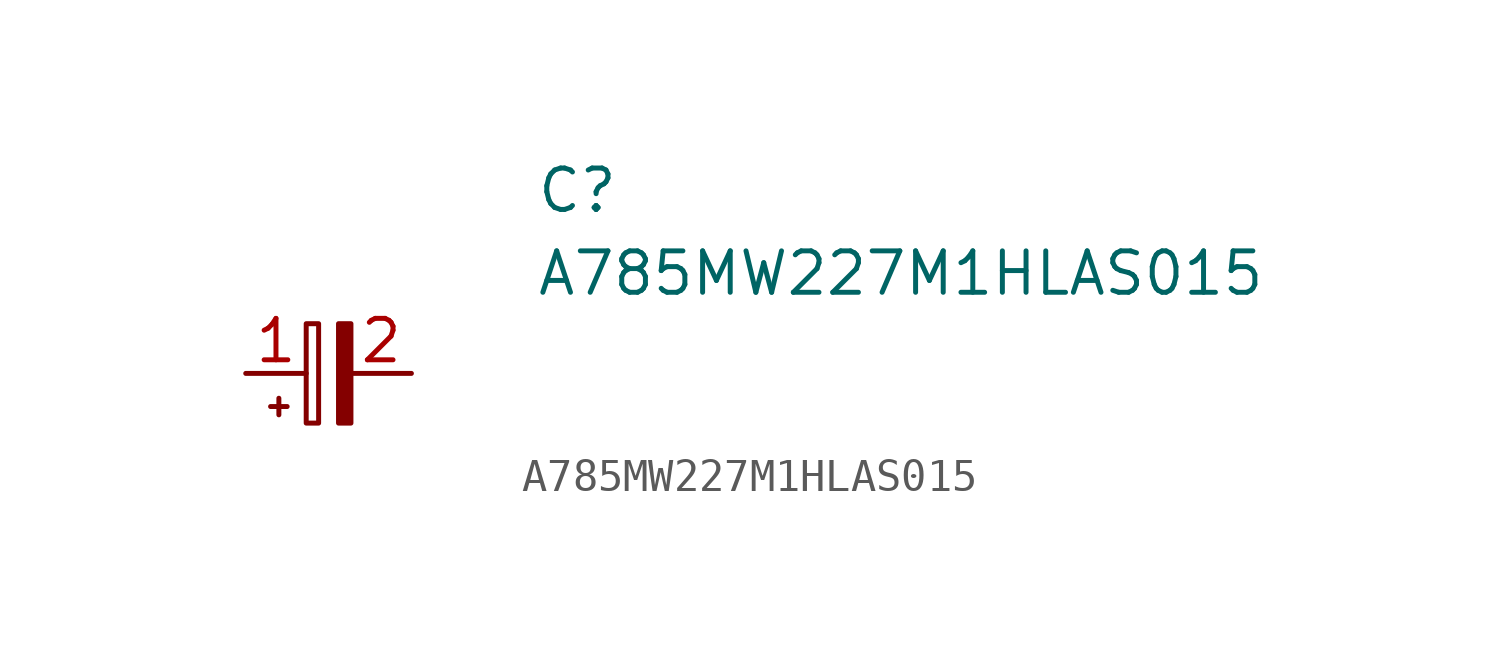
<source format=kicad_sym>
(kicad_symbol_lib
  (version 20231120)
  (generator "kicad_symbol_editor")
  (generator_version "8.0")
  (symbol "A785MW227M1HLAS015"
    (pin_names hide)
    (property "Reference" "C"
      (at 8.89 6.35 0)
      (effects (font (size 1.27 1.27)) (justify left top)))
    (property "Value" "A785MW227M1HLAS015"
      (at 8.89 3.81 0)
      (effects (font (size 1.27 1.27)) (justify left top)))
    (symbol "A785MW227M1HLAS015_0_1"
      (polyline (pts (xy 1.016 -1.27) (xy 1.016 -0.762)) (stroke (width 0) (type default)) (fill (type none)))
      (polyline (pts (xy 1.27 -1.016) (xy 0.762 -1.016)) (stroke (width 0) (type default)) (fill (type none)))
      (rectangle (start 1.854 -1.524) (end 2.235 1.524) (stroke (width 0) (type default)) (fill (type none)))
      (rectangle (start 2.845 -1.524) (end 3.226 1.524) (stroke (width 0) (type default)) (fill (type outline))))
    (symbol "A785MW227M1HLAS015_1_1"
      (pin passive line (at 0 0 0) (length 1.854) (name "~" (effects (font (size 1.27 1.27)))) (number "1" (effects (font (size 1.27 1.27)))))
      (pin passive line (at 5.08 0 180) (length 1.854) (name "~" (effects (font (size 1.27 1.27)))) (number "2" (effects (font (size 1.27 1.27))))))))
</source>
